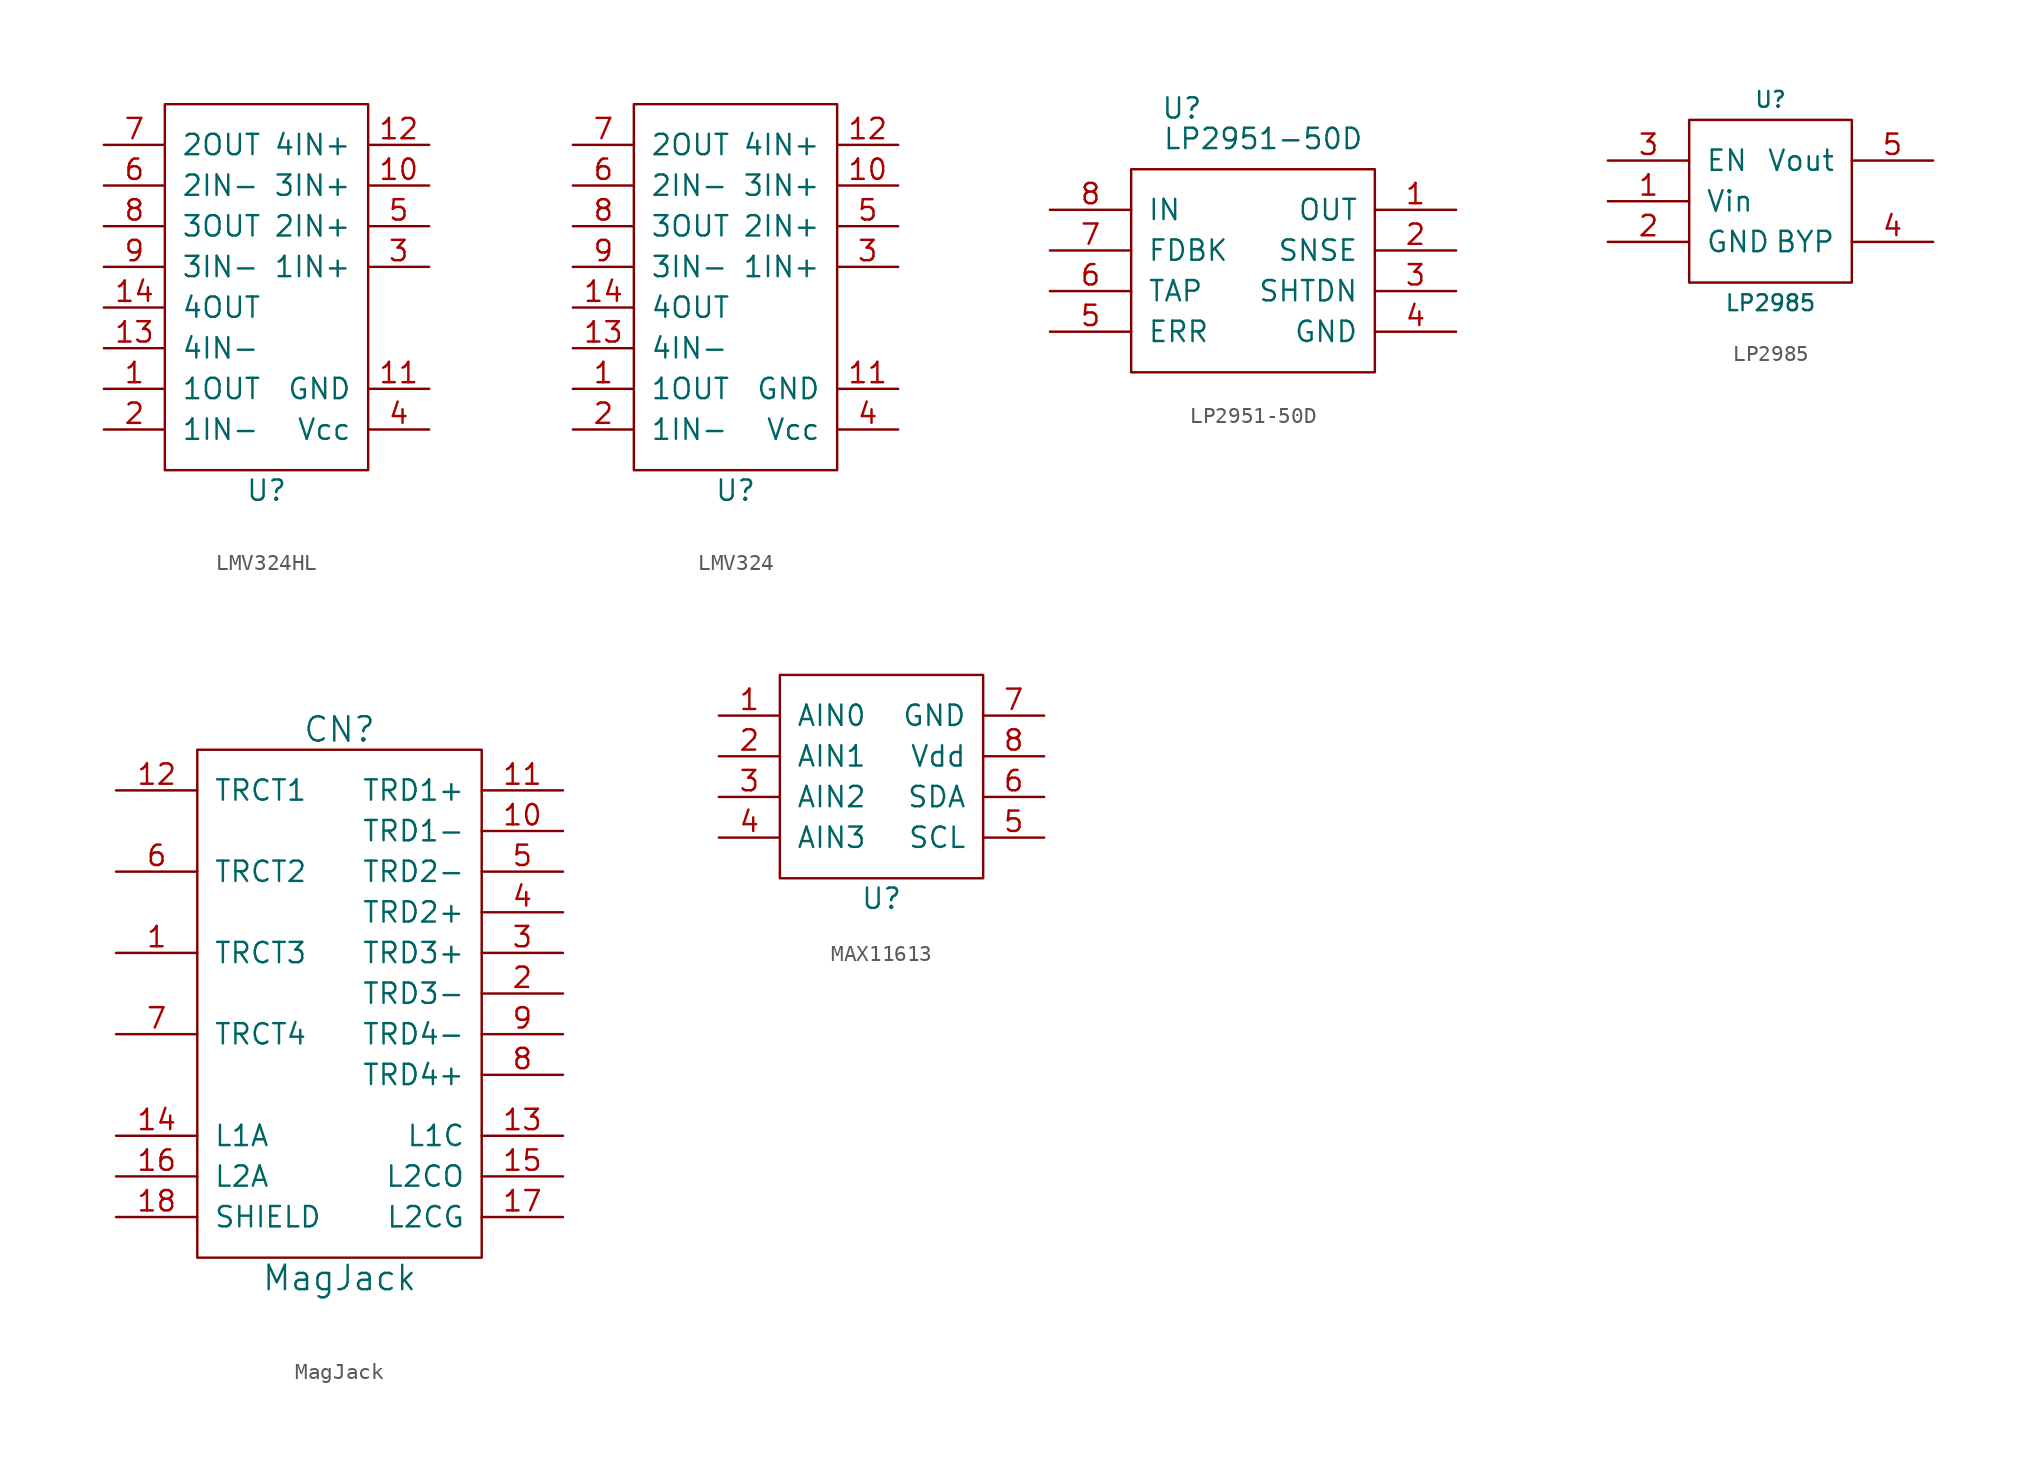
<source format=kicad_sym>
(kicad_symbol_lib
  (version 20210619)
  (generator kicad_symbol_editor)
  (symbol "hermeslite:LMV324HL"
    (pin_names
      (offset 1.016))
    (property "Reference" "U"
      (at 0 -7.62 0)
      (effects (font (size 1.27 1.27))))
    (symbol "LMV324HL_0_1"
      (rectangle (start -6.35 16.51) (end 6.35 -6.35) (stroke (width 0)) (fill (type none))))
    (symbol "LMV324HL_1_1"
      (pin power_out line (at -10.16 -1.27 0) (length 3.81) (name "1OUT" (effects (font (size 1.27 1.27)))) (number "1" (effects (font (size 1.27 1.27)))))
      (pin input line (at 10.16 11.43 180) (length 3.81) (name "3IN+" (effects (font (size 1.27 1.27)))) (number "10" (effects (font (size 1.27 1.27)))))
      (pin power_out line (at 10.16 -1.27 180) (length 3.81) (name "GND" (effects (font (size 1.27 1.27)))) (number "11" (effects (font (size 1.27 1.27)))))
      (pin power_out line (at 10.16 13.97 180) (length 3.81) (name "4IN+" (effects (font (size 1.27 1.27)))) (number "12" (effects (font (size 1.27 1.27)))))
      (pin power_out line (at -10.16 1.27 0) (length 3.81) (name "4IN-" (effects (font (size 1.27 1.27)))) (number "13" (effects (font (size 1.27 1.27)))))
      (pin power_out line (at -10.16 3.81 0) (length 3.81) (name "4OUT" (effects (font (size 1.27 1.27)))) (number "14" (effects (font (size 1.27 1.27)))))
      (pin power_out line (at -10.16 -3.81 0) (length 3.81) (name "1IN-" (effects (font (size 1.27 1.27)))) (number "2" (effects (font (size 1.27 1.27)))))
      (pin power_out line (at 10.16 6.35 180) (length 3.81) (name "1IN+" (effects (font (size 1.27 1.27)))) (number "3" (effects (font (size 1.27 1.27)))))
      (pin input line (at 10.16 -3.81 180) (length 3.81) (name "Vcc" (effects (font (size 1.27 1.27)))) (number "4" (effects (font (size 1.27 1.27)))))
      (pin power_in line (at 10.16 8.89 180) (length 3.81) (name "2IN+" (effects (font (size 1.27 1.27)))) (number "5" (effects (font (size 1.27 1.27)))))
      (pin input line (at -10.16 11.43 0) (length 3.81) (name "2IN-" (effects (font (size 1.27 1.27)))) (number "6" (effects (font (size 1.27 1.27)))))
      (pin power_in line (at -10.16 13.97 0) (length 3.81) (name "2OUT" (effects (font (size 1.27 1.27)))) (number "7" (effects (font (size 1.27 1.27)))))
      (pin input line (at -10.16 8.89 0) (length 3.81) (name "3OUT" (effects (font (size 1.27 1.27)))) (number "8" (effects (font (size 1.27 1.27)))))
      (pin input line (at -10.16 6.35 0) (length 3.81) (name "3IN-" (effects (font (size 1.27 1.27)))) (number "9" (effects (font (size 1.27 1.27)))))))
  (symbol "hermeslite:LMV324"
    (pin_names
      (offset 1.016))
    (property "Reference" "U"
      (at 0 -7.62 0)
      (effects (font (size 1.27 1.27))))
    (symbol "LMV324_0_1"
      (rectangle (start -6.35 16.51) (end 6.35 -6.35) (stroke (width 0)) (fill (type none))))
    (symbol "LMV324_1_1"
      (pin power_out line (at -10.16 -1.27 0) (length 3.81) (name "1OUT" (effects (font (size 1.27 1.27)))) (number "1" (effects (font (size 1.27 1.27)))))
      (pin input line (at 10.16 11.43 180) (length 3.81) (name "3IN+" (effects (font (size 1.27 1.27)))) (number "10" (effects (font (size 1.27 1.27)))))
      (pin power_out line (at 10.16 -1.27 180) (length 3.81) (name "GND" (effects (font (size 1.27 1.27)))) (number "11" (effects (font (size 1.27 1.27)))))
      (pin power_out line (at 10.16 13.97 180) (length 3.81) (name "4IN+" (effects (font (size 1.27 1.27)))) (number "12" (effects (font (size 1.27 1.27)))))
      (pin power_out line (at -10.16 1.27 0) (length 3.81) (name "4IN-" (effects (font (size 1.27 1.27)))) (number "13" (effects (font (size 1.27 1.27)))))
      (pin power_out line (at -10.16 3.81 0) (length 3.81) (name "4OUT" (effects (font (size 1.27 1.27)))) (number "14" (effects (font (size 1.27 1.27)))))
      (pin power_out line (at -10.16 -3.81 0) (length 3.81) (name "1IN-" (effects (font (size 1.27 1.27)))) (number "2" (effects (font (size 1.27 1.27)))))
      (pin power_out line (at 10.16 6.35 180) (length 3.81) (name "1IN+" (effects (font (size 1.27 1.27)))) (number "3" (effects (font (size 1.27 1.27)))))
      (pin input line (at 10.16 -3.81 180) (length 3.81) (name "Vcc" (effects (font (size 1.27 1.27)))) (number "4" (effects (font (size 1.27 1.27)))))
      (pin power_in line (at 10.16 8.89 180) (length 3.81) (name "2IN+" (effects (font (size 1.27 1.27)))) (number "5" (effects (font (size 1.27 1.27)))))
      (pin input line (at -10.16 11.43 0) (length 3.81) (name "2IN-" (effects (font (size 1.27 1.27)))) (number "6" (effects (font (size 1.27 1.27)))))
      (pin power_in line (at -10.16 13.97 0) (length 3.81) (name "2OUT" (effects (font (size 1.27 1.27)))) (number "7" (effects (font (size 1.27 1.27)))))
      (pin input line (at -10.16 8.89 0) (length 3.81) (name "3OUT" (effects (font (size 1.27 1.27)))) (number "8" (effects (font (size 1.27 1.27)))))
      (pin input line (at -10.16 6.35 0) (length 3.81) (name "3IN-" (effects (font (size 1.27 1.27)))) (number "9" (effects (font (size 1.27 1.27)))))))
  (symbol "hermeslite:LP2951-50D"
    (pin_names
      (offset 1.016))
    (property "Reference" "U"
      (at -5.715 15.24 0)
      (effects (font (size 1.27 1.27))))
    (property "Value" "LP2951-50D"
      (at -0.635 13.335 0)
      (effects (font (size 1.27 1.27))))
    (property "Footprint" ""
      (at 0 0 0)
      (effects (font (size 1.27 1.27))))
    (property "Datasheet" ""
      (at 0 0 0)
      (effects (font (size 1.27 1.27))))
    (symbol "LP2951-50D_0_1"
      (rectangle (start -8.89 11.43) (end 6.35 -1.27) (stroke (width 0)) (fill (type none))))
    (symbol "LP2951-50D_1_1"
      (pin power_out line (at 11.43 8.89 180) (length 5.08) (name "OUT" (effects (font (size 1.27 1.27)))) (number "1" (effects (font (size 1.27 1.27)))))
      (pin input line (at 11.43 6.35 180) (length 5.08) (name "SNSE" (effects (font (size 1.27 1.27)))) (number "2" (effects (font (size 1.27 1.27)))))
      (pin input line (at 11.43 3.81 180) (length 5.08) (name "SHTDN" (effects (font (size 1.27 1.27)))) (number "3" (effects (font (size 1.27 1.27)))))
      (pin power_out line (at 11.43 1.27 180) (length 5.08) (name "GND" (effects (font (size 1.27 1.27)))) (number "4" (effects (font (size 1.27 1.27)))))
      (pin input line (at -13.97 1.27 0) (length 5.08) (name "ERR" (effects (font (size 1.27 1.27)))) (number "5" (effects (font (size 1.27 1.27)))))
      (pin output line (at -13.97 3.81 0) (length 5.08) (name "TAP" (effects (font (size 1.27 1.27)))) (number "6" (effects (font (size 1.27 1.27)))))
      (pin input line (at -13.97 6.35 0) (length 5.08) (name "FDBK" (effects (font (size 1.27 1.27)))) (number "7" (effects (font (size 1.27 1.27)))))
      (pin power_in line (at -13.97 8.89 0) (length 5.08) (name "IN" (effects (font (size 1.27 1.27)))) (number "8" (effects (font (size 1.27 1.27)))))))
  (symbol "hermeslite:LP2985"
    (pin_names
      (offset 1.016))
    (property "Reference" "U"
      (at 5.08 6.35 0)
      (effects (font (size 0.991 0.991))))
    (property "Value" "LP2985"
      (at 5.08 -6.35 0)
      (effects (font (size 0.991 0.991))))
    (property "Footprint" ""
      (at 0 0 0)
      (effects (font (size 1.524 1.524))))
    (property "Datasheet" ""
      (at 0 0 0)
      (effects (font (size 1.524 1.524))))
    (symbol "LP2985_0_1"
      (rectangle (start 0 5.08) (end 10.16 -5.08) (stroke (width 0)) (fill (type none))))
    (symbol "LP2985_1_1"
      (pin power_in line (at -5.08 0 0) (length 5.08) (name "Vin" (effects (font (size 1.27 1.27)))) (number "1" (effects (font (size 1.27 1.27)))))
      (pin power_in line (at -5.08 -2.54 0) (length 5.08) (name "GND" (effects (font (size 1.27 1.27)))) (number "2" (effects (font (size 1.27 1.27)))))
      (pin input line (at -5.08 2.54 0) (length 5.08) (name "EN" (effects (font (size 1.27 1.27)))) (number "3" (effects (font (size 1.27 1.27)))))
      (pin input line (at 15.24 -2.54 180) (length 5.08) (name "BYP" (effects (font (size 1.27 1.27)))) (number "4" (effects (font (size 1.27 1.27)))))
      (pin power_out line (at 15.24 2.54 180) (length 5.08) (name "Vout" (effects (font (size 1.27 1.27)))) (number "5" (effects (font (size 1.27 1.27)))))))
  (symbol "hermeslite:MagJack"
    (pin_names
      (offset 1.016))
    (property "Reference" "CN"
      (at 0 17.78 0)
      (effects (font (size 1.524 1.524))))
    (property "Value" "MagJack"
      (at 0 -16.51 0)
      (effects (font (size 1.524 1.524))))
    (property "Footprint" ""
      (at 0 0 0)
      (effects (font (size 1.524 1.524))))
    (property "Datasheet" ""
      (at 0 0 0)
      (effects (font (size 1.524 1.524))))
    (symbol "MagJack_0_1"
      (rectangle (start -8.89 16.51) (end 8.89 -15.24) (stroke (width 0)) (fill (type none)))
      (pin bidirectional line (at 13.97 -10.16 180) (length 5.08) (name "L2CO" (effects (font (size 1.27 1.27)))) (number "15" (effects (font (size 1.27 1.27)))))
      (pin bidirectional line (at -13.97 -10.16 0) (length 5.08) (name "L2A" (effects (font (size 1.27 1.27)))) (number "16" (effects (font (size 1.27 1.27)))))
      (pin bidirectional line (at 13.97 -12.7 180) (length 5.08) (name "L2CG" (effects (font (size 1.27 1.27)))) (number "17" (effects (font (size 1.27 1.27)))))
      (pin power_in line (at -13.97 -12.7 0) (length 5.08) (name "SHIELD" (effects (font (size 1.27 1.27)))) (number "18" (effects (font (size 1.27 1.27))))))
    (symbol "MagJack_1_1"
      (pin bidirectional line (at -13.97 3.81 0) (length 5.08) (name "TRCT3" (effects (font (size 1.27 1.27)))) (number "1" (effects (font (size 1.27 1.27)))))
      (pin bidirectional line (at 13.97 11.43 180) (length 5.08) (name "TRD1-" (effects (font (size 1.27 1.27)))) (number "10" (effects (font (size 1.27 1.27)))))
      (pin bidirectional line (at 13.97 13.97 180) (length 5.08) (name "TRD1+" (effects (font (size 1.27 1.27)))) (number "11" (effects (font (size 1.27 1.27)))))
      (pin bidirectional line (at -13.97 13.97 0) (length 5.08) (name "TRCT1" (effects (font (size 1.27 1.27)))) (number "12" (effects (font (size 1.27 1.27)))))
      (pin bidirectional line (at 13.97 -7.62 180) (length 5.08) (name "L1C" (effects (font (size 1.27 1.27)))) (number "13" (effects (font (size 1.27 1.27)))))
      (pin bidirectional line (at -13.97 -7.62 0) (length 5.08) (name "L1A" (effects (font (size 1.27 1.27)))) (number "14" (effects (font (size 1.27 1.27)))))
      (pin bidirectional line (at 13.97 1.27 180) (length 5.08) (name "TRD3-" (effects (font (size 1.27 1.27)))) (number "2" (effects (font (size 1.27 1.27)))))
      (pin bidirectional line (at 13.97 3.81 180) (length 5.08) (name "TRD3+" (effects (font (size 1.27 1.27)))) (number "3" (effects (font (size 1.27 1.27)))))
      (pin bidirectional line (at 13.97 6.35 180) (length 5.08) (name "TRD2+" (effects (font (size 1.27 1.27)))) (number "4" (effects (font (size 1.27 1.27)))))
      (pin bidirectional line (at 13.97 8.89 180) (length 5.08) (name "TRD2-" (effects (font (size 1.27 1.27)))) (number "5" (effects (font (size 1.27 1.27)))))
      (pin bidirectional line (at -13.97 8.89 0) (length 5.08) (name "TRCT2" (effects (font (size 1.27 1.27)))) (number "6" (effects (font (size 1.27 1.27)))))
      (pin bidirectional line (at -13.97 -1.27 0) (length 5.08) (name "TRCT4" (effects (font (size 1.27 1.27)))) (number "7" (effects (font (size 1.27 1.27)))))
      (pin bidirectional line (at 13.97 -3.81 180) (length 5.08) (name "TRD4+" (effects (font (size 1.27 1.27)))) (number "8" (effects (font (size 1.27 1.27)))))
      (pin bidirectional line (at 13.97 -1.27 180) (length 5.08) (name "TRD4-" (effects (font (size 1.27 1.27)))) (number "9" (effects (font (size 1.27 1.27)))))))
  (symbol "hermeslite:MAX11613"
    (pin_names
      (offset 1.016))
    (property "Reference" "U"
      (at 0 -7.62 0)
      (effects (font (size 1.27 1.27))))
    (symbol "MAX11613_0_1"
      (rectangle (start -6.35 6.35) (end 6.35 -6.35) (stroke (width 0)) (fill (type none))))
    (symbol "MAX11613_1_1"
      (pin input line (at -10.16 3.81 0) (length 3.81) (name "AIN0" (effects (font (size 1.27 1.27)))) (number "1" (effects (font (size 1.27 1.27)))))
      (pin power_in line (at -10.16 1.27 0) (length 3.81) (name "AIN1" (effects (font (size 1.27 1.27)))) (number "2" (effects (font (size 1.27 1.27)))))
      (pin input line (at -10.16 -1.27 0) (length 3.81) (name "AIN2" (effects (font (size 1.27 1.27)))) (number "3" (effects (font (size 1.27 1.27)))))
      (pin power_in line (at -10.16 -3.81 0) (length 3.81) (name "AIN3" (effects (font (size 1.27 1.27)))) (number "4" (effects (font (size 1.27 1.27)))))
      (pin input line (at 10.16 -3.81 180) (length 3.81) (name "SCL" (effects (font (size 1.27 1.27)))) (number "5" (effects (font (size 1.27 1.27)))))
      (pin input line (at 10.16 -1.27 180) (length 3.81) (name "SDA" (effects (font (size 1.27 1.27)))) (number "6" (effects (font (size 1.27 1.27)))))
      (pin input line (at 10.16 3.81 180) (length 3.81) (name "GND" (effects (font (size 1.27 1.27)))) (number "7" (effects (font (size 1.27 1.27)))))
      (pin power_out line (at 10.16 1.27 180) (length 3.81) (name "Vdd" (effects (font (size 1.27 1.27)))) (number "8" (effects (font (size 1.27 1.27))))))))
</source>
